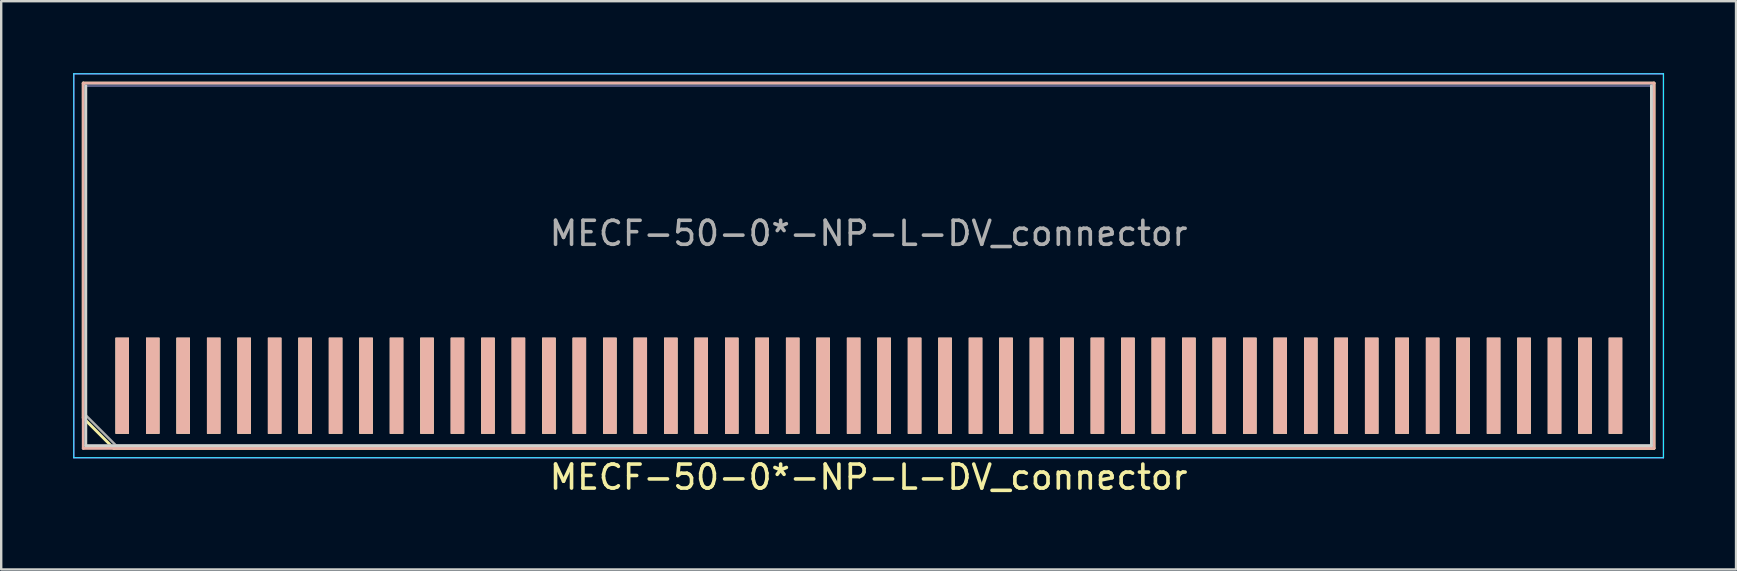
<source format=kicad_pcb>
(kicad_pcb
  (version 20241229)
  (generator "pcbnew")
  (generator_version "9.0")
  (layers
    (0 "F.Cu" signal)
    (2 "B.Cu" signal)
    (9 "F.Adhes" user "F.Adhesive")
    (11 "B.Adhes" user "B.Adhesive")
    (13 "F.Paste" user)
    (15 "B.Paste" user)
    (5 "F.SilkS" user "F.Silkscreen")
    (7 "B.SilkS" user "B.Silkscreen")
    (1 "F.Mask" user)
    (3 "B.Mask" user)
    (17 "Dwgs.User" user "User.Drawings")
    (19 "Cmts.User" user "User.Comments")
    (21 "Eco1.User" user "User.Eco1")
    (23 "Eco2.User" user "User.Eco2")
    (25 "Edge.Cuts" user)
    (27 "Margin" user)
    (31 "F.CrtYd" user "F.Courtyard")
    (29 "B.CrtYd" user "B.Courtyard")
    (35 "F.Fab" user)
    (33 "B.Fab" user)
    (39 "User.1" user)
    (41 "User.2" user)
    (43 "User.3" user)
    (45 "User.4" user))
  (footprint "MECF-50-0*-NP-L-DV_connector"
    (layer "F.Cu")
    (at 33.15 13.025)
    (property "Reference" "MECF-50-0*-NP-L-DV_connector" (at 0 3.81 0) (layer "F.SilkS") (effects (font (size 1 1) (thickness 0.15))))
    (attr smd)
    (fp_line (start -32.73 -12.61) (end 32.73 -12.61) (stroke (width 0.12) (type solid)) (layer "F.SilkS"))
    (fp_line (start -32.73 1.34) (end -32.73 -12.61) (stroke (width 0.12) (type solid)) (layer "F.SilkS"))
    (fp_line (start -31.46 2.61) (end -32.73 1.34) (stroke (width 0.12) (type solid)) (layer "F.SilkS"))
    (fp_line (start -31.46 2.61) (end 32.73 2.61) (stroke (width 0.12) (type solid)) (layer "F.SilkS"))
    (fp_line (start 32.73 2.61) (end 32.73 -12.61) (stroke (width 0.12) (type solid)) (layer "F.SilkS"))
    (fp_line (start -32.73 -12.61) (end 32.73 -12.61) (stroke (width 0.12) (type solid)) (layer "B.SilkS"))
    (fp_line (start -32.73 2.61) (end -32.73 -12.61) (stroke (width 0.12) (type solid)) (layer "B.SilkS"))
    (fp_line (start -32.73 2.61) (end 32.73 2.61) (stroke (width 0.12) (type solid)) (layer "B.SilkS"))
    (fp_line (start 32.73 2.61) (end 32.73 -12.61) (stroke (width 0.12) (type solid)) (layer "B.SilkS"))
    (fp_line (start -32.625 2.5) (end -32.625 -12.5) (stroke (width 0.12) (type solid)) (layer "Edge.Cuts"))
    (fp_line (start -32.625 2.5) (end 32.625 2.5) (stroke (width 0.12) (type solid)) (layer "Edge.Cuts"))
    (fp_line (start 32.625 2.5) (end 32.625 -12.5) (stroke (width 0.12) (type solid)) (layer "Edge.Cuts"))
    (fp_line (start -33.125 -13) (end -33.125 3) (stroke (width 0.05) (type solid)) (layer "B.CrtYd"))
    (fp_line (start -33.125 3) (end 33.125 3) (stroke (width 0.05) (type solid)) (layer "B.CrtYd"))
    (fp_line (start 33.125 -13) (end -33.125 -13) (stroke (width 0.05) (type solid)) (layer "B.CrtYd"))
    (fp_line (start 33.125 3) (end 33.125 -13) (stroke (width 0.05) (type solid)) (layer "B.CrtYd"))
    (fp_line (start -33.125 -13) (end -33.125 3) (stroke (width 0.05) (type solid)) (layer "F.CrtYd"))
    (fp_line (start -33.125 3) (end 33.125 3) (stroke (width 0.05) (type solid)) (layer "F.CrtYd"))
    (fp_line (start 33.125 -13) (end -33.125 -13) (stroke (width 0.05) (type solid)) (layer "F.CrtYd"))
    (fp_line (start 33.125 3) (end 33.125 -13) (stroke (width 0.05) (type solid)) (layer "F.CrtYd"))
    (fp_line (start -32.625 -12.5) (end 32.625 -12.5) (stroke (width 0.1) (type solid)) (layer "B.Fab"))
    (fp_line (start -32.625 2.5) (end -32.625 -12.5) (stroke (width 0.1) (type solid)) (layer "B.Fab"))
    (fp_line (start -32.625 2.5) (end 32.625 2.5) (stroke (width 0.1) (type solid)) (layer "B.Fab"))
    (fp_line (start 32.625 2.5) (end 32.625 -12.5) (stroke (width 0.1) (type solid)) (layer "B.Fab"))
    (fp_line (start -32.625 -12.5) (end 32.625 -12.5) (stroke (width 0.1) (type solid)) (layer "F.Fab"))
    (fp_line (start -32.625 1.23) (end -32.625 -12.5) (stroke (width 0.1) (type solid)) (layer "F.Fab"))
    (fp_line (start -32.625 1.23) (end -31.355 2.5) (stroke (width 0.1) (type solid)) (layer "F.Fab"))
    (fp_line (start -31.355 2.5) (end 32.625 2.5) (stroke (width 0.1) (type solid)) (layer "F.Fab"))
    (fp_line (start 32.625 2.5) (end 32.625 -12.5) (stroke (width 0.1) (type solid)) (layer "F.Fab"))
    (fp_text user "${REFERENCE}" (at 0 -6.35 0) (layer "F.Fab") (effects (font (size 1 1) (thickness 0.15))))
    (pad "1" smd rect (at -31.105 0) (size 0.56 4) (layers "F.Cu" "F.Mask" "F.SilkS"))
    (pad "2" smd rect (at -31.105 0) (size 0.56 4) (layers "B.Cu" "B.Mask" "B.SilkS"))
    (pad "3" smd rect (at -29.835 0) (size 0.56 4) (layers "F.Cu" "F.Mask" "F.SilkS"))
    (pad "4" smd rect (at -29.835 0) (size 0.56 4) (layers "B.Cu" "B.Mask" "B.SilkS"))
    (pad "5" smd rect (at -28.565 0) (size 0.56 4) (layers "F.Cu" "F.Mask" "F.SilkS"))
    (pad "6" smd rect (at -28.565 0) (size 0.56 4) (layers "B.Cu" "B.Mask" "B.SilkS"))
    (pad "7" smd rect (at -27.295 0) (size 0.56 4) (layers "F.Cu" "F.Mask" "F.SilkS"))
    (pad "8" smd rect (at -27.295 0) (size 0.56 4) (layers "B.Cu" "B.Mask" "B.SilkS"))
    (pad "9" smd rect (at -26.025 0) (size 0.56 4) (layers "F.Cu" "F.Mask" "F.SilkS"))
    (pad "10" smd rect (at -26.025 0) (size 0.56 4) (layers "B.Cu" "B.Mask" "B.SilkS"))
    (pad "11" smd rect (at -24.755 0) (size 0.56 4) (layers "F.Cu" "F.Mask" "F.SilkS"))
    (pad "12" smd rect (at -24.755 0) (size 0.56 4) (layers "B.Cu" "B.Mask" "B.SilkS"))
    (pad "13" smd rect (at -23.485 0) (size 0.56 4) (layers "F.Cu" "F.Mask" "F.SilkS"))
    (pad "14" smd rect (at -23.485 0) (size 0.56 4) (layers "B.Cu" "B.Mask" "B.SilkS"))
    (pad "15" smd rect (at -22.215 0) (size 0.56 4) (layers "F.Cu" "F.Mask" "F.SilkS"))
    (pad "16" smd rect (at -22.215 0) (size 0.56 4) (layers "B.Cu" "B.Mask" "B.SilkS"))
    (pad "17" smd rect (at -20.945 0) (size 0.56 4) (layers "F.Cu" "F.Mask" "F.SilkS"))
    (pad "18" smd rect (at -20.945 0) (size 0.56 4) (layers "B.Cu" "B.Mask" "B.SilkS"))
    (pad "19" smd rect (at -19.675 0) (size 0.56 4) (layers "F.Cu" "F.Mask" "F.SilkS"))
    (pad "20" smd rect (at -19.675 0) (size 0.56 4) (layers "B.Cu" "B.Mask" "B.SilkS"))
    (pad "21" smd rect (at -18.405 0) (size 0.56 4) (layers "F.Cu" "F.Mask" "F.SilkS"))
    (pad "22" smd rect (at -18.405 0) (size 0.56 4) (layers "B.Cu" "B.Mask" "B.SilkS"))
    (pad "23" smd rect (at -17.135 0) (size 0.56 4) (layers "F.Cu" "F.Mask" "F.SilkS"))
    (pad "24" smd rect (at -17.135 0) (size 0.56 4) (layers "B.Cu" "B.Mask" "B.SilkS"))
    (pad "25" smd rect (at -15.865 0) (size 0.56 4) (layers "F.Cu" "F.Mask" "F.SilkS"))
    (pad "26" smd rect (at -15.865 0) (size 0.56 4) (layers "B.Cu" "B.Mask" "B.SilkS"))
    (pad "27" smd rect (at -14.595 0) (size 0.56 4) (layers "F.Cu" "F.Mask" "F.SilkS"))
    (pad "28" smd rect (at -14.595 0) (size 0.56 4) (layers "B.Cu" "B.Mask" "B.SilkS"))
    (pad "29" smd rect (at -13.325 0) (size 0.56 4) (layers "F.Cu" "F.Mask" "F.SilkS"))
    (pad "30" smd rect (at -13.325 0) (size 0.56 4) (layers "B.Cu" "B.Mask" "B.SilkS"))
    (pad "31" smd rect (at -12.055 0) (size 0.56 4) (layers "F.Cu" "F.Mask" "F.SilkS"))
    (pad "32" smd rect (at -12.055 0) (size 0.56 4) (layers "B.Cu" "B.Mask" "B.SilkS"))
    (pad "33" smd rect (at -10.785 0) (size 0.56 4) (layers "F.Cu" "F.Mask" "F.SilkS"))
    (pad "34" smd rect (at -10.785 0) (size 0.56 4) (layers "B.Cu" "B.Mask" "B.SilkS"))
    (pad "35" smd rect (at -9.515 0) (size 0.56 4) (layers "F.Cu" "F.Mask" "F.SilkS"))
    (pad "36" smd rect (at -9.515 0) (size 0.56 4) (layers "B.Cu" "B.Mask" "B.SilkS"))
    (pad "37" smd rect (at -8.245 0) (size 0.56 4) (layers "F.Cu" "F.Mask" "F.SilkS"))
    (pad "38" smd rect (at -8.245 0) (size 0.56 4) (layers "B.Cu" "B.Mask" "B.SilkS"))
    (pad "39" smd rect (at -6.975 0) (size 0.56 4) (layers "F.Cu" "F.Mask" "F.SilkS"))
    (pad "40" smd rect (at -6.975 0) (size 0.56 4) (layers "B.Cu" "B.Mask" "B.SilkS"))
    (pad "41" smd rect (at -5.705 0) (size 0.56 4) (layers "F.Cu" "F.Mask" "F.SilkS"))
    (pad "42" smd rect (at -5.705 0) (size 0.56 4) (layers "B.Cu" "B.Mask" "B.SilkS"))
    (pad "43" smd rect (at -4.435 0) (size 0.56 4) (layers "F.Cu" "F.Mask" "F.SilkS"))
    (pad "44" smd rect (at -4.435 0) (size 0.56 4) (layers "B.Cu" "B.Mask" "B.SilkS"))
    (pad "45" smd rect (at -3.165 0) (size 0.56 4) (layers "F.Cu" "F.Mask" "F.SilkS"))
    (pad "46" smd rect (at -3.165 0) (size 0.56 4) (layers "B.Cu" "B.Mask" "B.SilkS"))
    (pad "47" smd rect (at -1.895 0) (size 0.56 4) (layers "F.Cu" "F.Mask" "F.SilkS"))
    (pad "48" smd rect (at -1.895 0) (size 0.56 4) (layers "B.Cu" "B.Mask" "B.SilkS"))
    (pad "49" smd rect (at -0.625 0) (size 0.56 4) (layers "F.Cu" "F.Mask" "F.SilkS"))
    (pad "50" smd rect (at -0.625 0) (size 0.56 4) (layers "B.Cu" "B.Mask" "B.SilkS"))
    (pad "51" smd rect (at 0.645 0) (size 0.56 4) (layers "F.Cu" "F.Mask" "F.SilkS"))
    (pad "52" smd rect (at 0.645 0) (size 0.56 4) (layers "B.Cu" "B.Mask" "B.SilkS"))
    (pad "53" smd rect (at 1.915 0) (size 0.56 4) (layers "F.Cu" "F.Mask" "F.SilkS"))
    (pad "54" smd rect (at 1.915 0) (size 0.56 4) (layers "B.Cu" "B.Mask" "B.SilkS"))
    (pad "55" smd rect (at 3.185 0) (size 0.56 4) (layers "F.Cu" "F.Mask" "F.SilkS"))
    (pad "56" smd rect (at 3.185 0) (size 0.56 4) (layers "B.Cu" "B.Mask" "B.SilkS"))
    (pad "57" smd rect (at 4.455 0) (size 0.56 4) (layers "F.Cu" "F.Mask" "F.SilkS"))
    (pad "58" smd rect (at 4.455 0) (size 0.56 4) (layers "B.Cu" "B.Mask" "B.SilkS"))
    (pad "59" smd rect (at 5.725 0) (size 0.56 4) (layers "F.Cu" "F.Mask" "F.SilkS"))
    (pad "60" smd rect (at 5.725 0) (size 0.56 4) (layers "B.Cu" "B.Mask" "B.SilkS"))
    (pad "61" smd rect (at 6.995 0) (size 0.56 4) (layers "F.Cu" "F.Mask" "F.SilkS"))
    (pad "62" smd rect (at 6.995 0) (size 0.56 4) (layers "B.Cu" "B.Mask" "B.SilkS"))
    (pad "63" smd rect (at 8.265 0) (size 0.56 4) (layers "F.Cu" "F.Mask" "F.SilkS"))
    (pad "64" smd rect (at 8.265 0) (size 0.56 4) (layers "B.Cu" "B.Mask" "B.SilkS"))
    (pad "65" smd rect (at 9.535 0) (size 0.56 4) (layers "F.Cu" "F.Mask" "F.SilkS"))
    (pad "66" smd rect (at 9.535 0) (size 0.56 4) (layers "B.Cu" "B.Mask" "B.SilkS"))
    (pad "67" smd rect (at 10.805 0) (size 0.56 4) (layers "F.Cu" "F.Mask" "F.SilkS"))
    (pad "68" smd rect (at 10.805 0) (size 0.56 4) (layers "B.Cu" "B.Mask" "B.SilkS"))
    (pad "69" smd rect (at 12.075 0) (size 0.56 4) (layers "F.Cu" "F.Mask" "F.SilkS"))
    (pad "70" smd rect (at 12.075 0) (size 0.56 4) (layers "B.Cu" "B.Mask" "B.SilkS"))
    (pad "71" smd rect (at 13.345 0) (size 0.56 4) (layers "F.Cu" "F.Mask" "F.SilkS"))
    (pad "72" smd rect (at 13.345 0) (size 0.56 4) (layers "B.Cu" "B.Mask" "B.SilkS"))
    (pad "73" smd rect (at 14.615 0) (size 0.56 4) (layers "F.Cu" "F.Mask" "F.SilkS"))
    (pad "74" smd rect (at 14.615 0) (size 0.56 4) (layers "B.Cu" "B.Mask" "B.SilkS"))
    (pad "75" smd rect (at 15.885 0) (size 0.56 4) (layers "F.Cu" "F.Mask" "F.SilkS"))
    (pad "76" smd rect (at 15.885 0) (size 0.56 4) (layers "B.Cu" "B.Mask" "B.SilkS"))
    (pad "77" smd rect (at 17.155 0) (size 0.56 4) (layers "F.Cu" "F.Mask" "F.SilkS"))
    (pad "78" smd rect (at 17.155 0) (size 0.56 4) (layers "B.Cu" "B.Mask" "B.SilkS"))
    (pad "79" smd rect (at 18.425 0) (size 0.56 4) (layers "F.Cu" "F.Mask" "F.SilkS"))
    (pad "80" smd rect (at 18.425 0) (size 0.56 4) (layers "B.Cu" "B.Mask" "B.SilkS"))
    (pad "81" smd rect (at 19.695 0) (size 0.56 4) (layers "F.Cu" "F.Mask" "F.SilkS"))
    (pad "82" smd rect (at 19.695 0) (size 0.56 4) (layers "B.Cu" "B.Mask" "B.SilkS"))
    (pad "83" smd rect (at 20.965 0) (size 0.56 4) (layers "F.Cu" "F.Mask" "F.SilkS"))
    (pad "84" smd rect (at 20.965 0) (size 0.56 4) (layers "B.Cu" "B.Mask" "B.SilkS"))
    (pad "85" smd rect (at 22.235 0) (size 0.56 4) (layers "F.Cu" "F.Mask" "F.SilkS"))
    (pad "86" smd rect (at 22.235 0) (size 0.56 4) (layers "B.Cu" "B.Mask" "B.SilkS"))
    (pad "87" smd rect (at 23.505 0) (size 0.56 4) (layers "F.Cu" "F.Mask" "F.SilkS"))
    (pad "88" smd rect (at 23.505 0) (size 0.56 4) (layers "B.Cu" "B.Mask" "B.SilkS"))
    (pad "89" smd rect (at 24.775 0) (size 0.56 4) (layers "F.Cu" "F.Mask" "F.SilkS"))
    (pad "90" smd rect (at 24.775 0) (size 0.56 4) (layers "B.Cu" "B.Mask" "B.SilkS"))
    (pad "91" smd rect (at 26.045 0) (size 0.56 4) (layers "F.Cu" "F.Mask" "F.SilkS"))
    (pad "92" smd rect (at 26.045 0) (size 0.56 4) (layers "B.Cu" "B.Mask" "B.SilkS"))
    (pad "93" smd rect (at 27.315 0) (size 0.56 4) (layers "F.Cu" "F.Mask" "F.SilkS"))
    (pad "94" smd rect (at 27.315 0) (size 0.56 4) (layers "B.Cu" "B.Mask" "B.SilkS"))
    (pad "95" smd rect (at 28.585 0) (size 0.56 4) (layers "F.Cu" "F.Mask" "F.SilkS"))
    (pad "96" smd rect (at 28.585 0) (size 0.56 4) (layers "B.Cu" "B.Mask" "B.SilkS"))
    (pad "97" smd rect (at 29.855 0) (size 0.56 4) (layers "F.Cu" "F.Mask" "F.SilkS"))
    (pad "98" smd rect (at 29.855 0) (size 0.56 4) (layers "B.Cu" "B.Mask" "B.SilkS"))
    (pad "99" smd rect (at 31.125 0) (size 0.56 4) (layers "F.Cu" "F.Mask" "F.SilkS"))
    (pad "100" smd rect (at 31.125 0) (size 0.56 4) (layers "B.Cu" "B.Mask" "B.SilkS")))
  (gr_rect
    (start -3 -3)
    (end 69.3 20.683)
    (stroke (width 0.1) (type default))
    (fill no)
    (layer "Edge.Cuts")))
</source>
